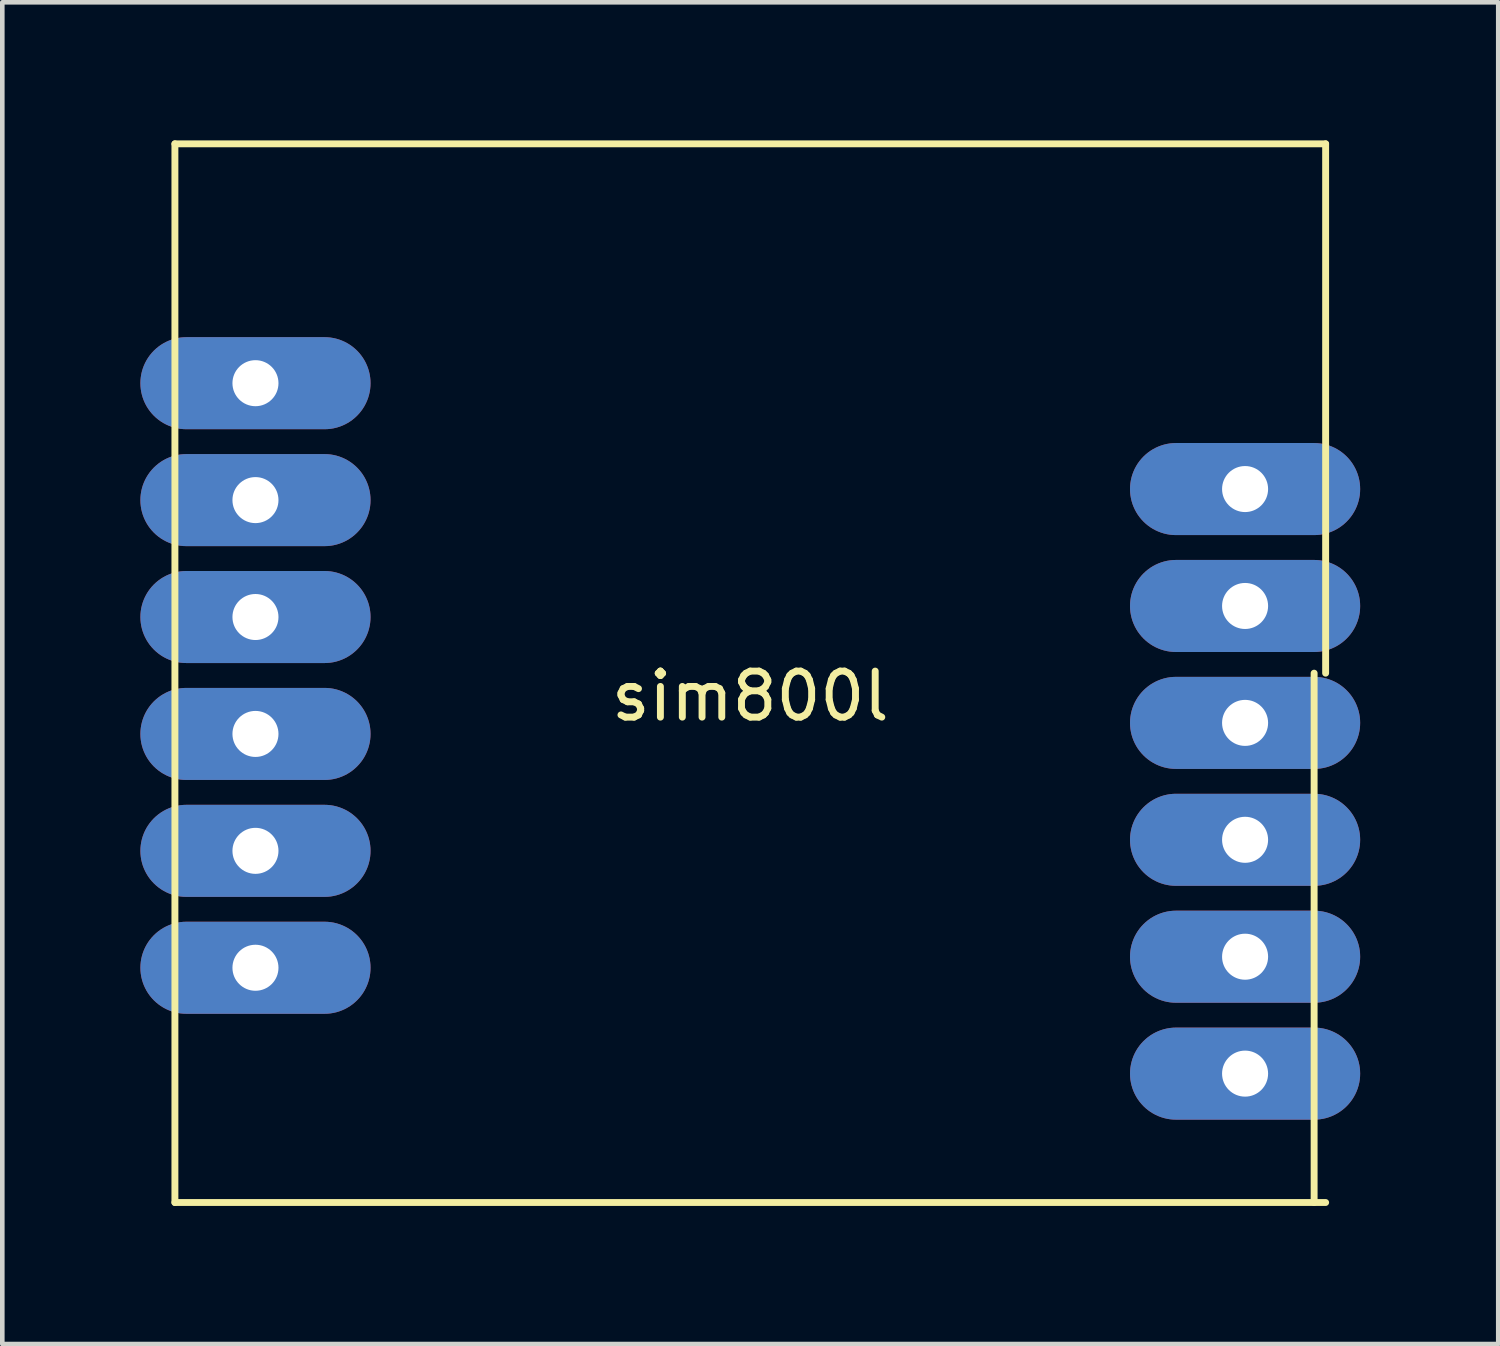
<source format=kicad_pcb>
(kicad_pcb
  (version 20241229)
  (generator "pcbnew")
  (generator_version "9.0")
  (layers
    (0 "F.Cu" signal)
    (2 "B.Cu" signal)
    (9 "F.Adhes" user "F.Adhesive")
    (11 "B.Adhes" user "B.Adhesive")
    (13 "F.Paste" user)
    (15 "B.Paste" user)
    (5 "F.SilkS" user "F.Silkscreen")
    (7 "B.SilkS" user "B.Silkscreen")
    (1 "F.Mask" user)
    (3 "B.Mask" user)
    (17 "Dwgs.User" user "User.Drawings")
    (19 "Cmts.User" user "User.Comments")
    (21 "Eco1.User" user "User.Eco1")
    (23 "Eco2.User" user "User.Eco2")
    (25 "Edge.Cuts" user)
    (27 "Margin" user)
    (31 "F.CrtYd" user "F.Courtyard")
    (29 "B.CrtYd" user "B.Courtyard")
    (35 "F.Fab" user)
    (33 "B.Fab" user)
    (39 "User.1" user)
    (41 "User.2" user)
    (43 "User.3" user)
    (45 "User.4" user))
  (footprint "sim800l"
    (layer "F.Cu")
    (at 13.25 11.575)
    (property "Reference" "sim800l" (at 0 0.5 0) (layer "F.SilkS") (effects (font (size 1 1) (thickness 0.15))))
    (attr through_hole)
    (fp_line (start -12.5 -11.5) (end -12.5 11.5) (stroke (width 0.15) (type solid)) (layer "F.SilkS"))
    (fp_line (start -12.5 11.5) (end 12.5 11.5) (stroke (width 0.15) (type solid)) (layer "F.SilkS"))
    (fp_line (start 12.25 11.5) (end 12.25 0) (stroke (width 0.15) (type solid)) (layer "F.SilkS"))
    (fp_line (start 12.5 -11.5) (end -12.5 -11.5) (stroke (width 0.15) (type solid)) (layer "F.SilkS"))
    (fp_line (start 12.5 0) (end 12.5 -11.5) (stroke (width 0.15) (type solid)) (layer "F.SilkS"))
    (pad "1" thru_hole oval (at -10.75 -6.3) (size 5 2) (drill 1) (layers "*.Cu" "*.Mask"))
    (pad "2" thru_hole oval (at -10.75 -3.76) (size 5 2) (drill 1) (layers "*.Cu" "*.Mask"))
    (pad "3" thru_hole oval (at -10.75 -1.22) (size 5 2) (drill 1) (layers "*.Cu" "*.Mask"))
    (pad "4" thru_hole oval (at -10.75 1.32) (size 5 2) (drill 1) (layers "*.Cu" "*.Mask"))
    (pad "5" thru_hole oval (at -10.75 3.86) (size 5 2) (drill 1) (layers "*.Cu" "*.Mask"))
    (pad "6" thru_hole oval (at -10.75 6.4) (size 5 2) (drill 1) (layers "*.Cu" "*.Mask"))
    (pad "7" thru_hole oval (at 10.75 -4) (size 5 2) (drill 1) (layers "*.Cu" "*.Mask"))
    (pad "8" thru_hole oval (at 10.75 -1.46) (size 5 2) (drill 1) (layers "*.Cu" "*.Mask"))
    (pad "9" thru_hole oval (at 10.75 1.08) (size 5 2) (drill 1) (layers "*.Cu" "*.Mask"))
    (pad "10" thru_hole oval (at 10.75 3.62) (size 5 2) (drill 1) (layers "*.Cu" "*.Mask"))
    (pad "11" thru_hole oval (at 10.75 6.16) (size 5 2) (drill 1) (layers "*.Cu" "*.Mask"))
    (pad "12" thru_hole oval (at 10.75 8.7) (size 5 2) (drill 1) (layers "*.Cu" "*.Mask")))
  (gr_rect
    (start -3 -3)
    (end 29.5 26.15)
    (stroke (width 0.1) (type default))
    (fill no)
    (layer "Edge.Cuts")))
</source>
